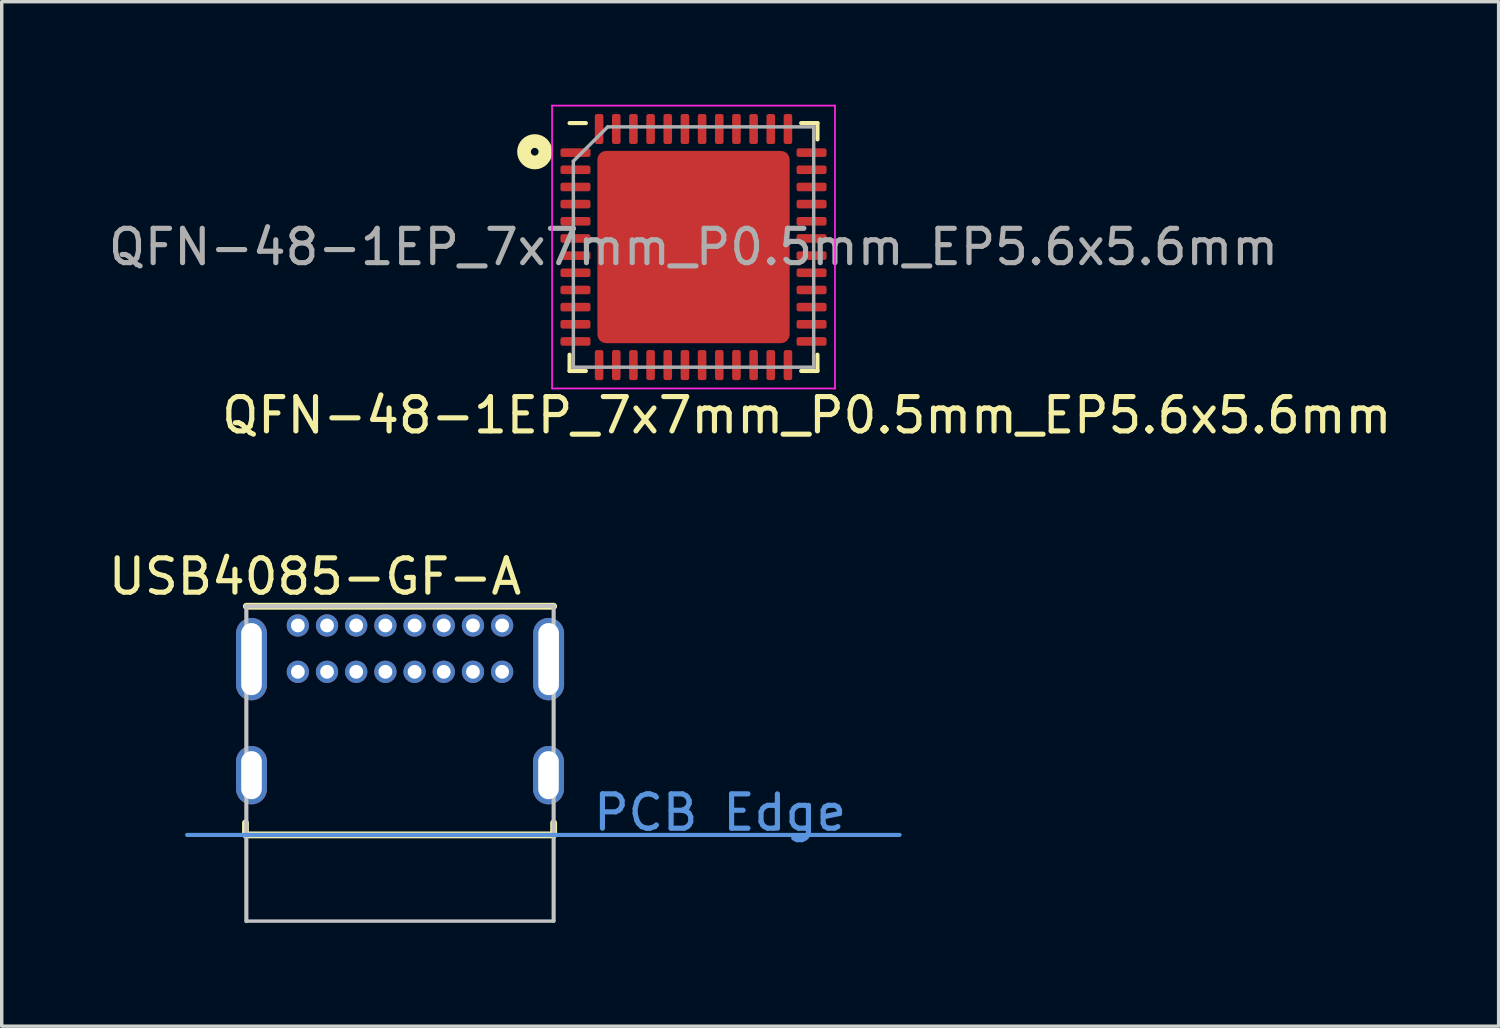
<source format=kicad_pcb>
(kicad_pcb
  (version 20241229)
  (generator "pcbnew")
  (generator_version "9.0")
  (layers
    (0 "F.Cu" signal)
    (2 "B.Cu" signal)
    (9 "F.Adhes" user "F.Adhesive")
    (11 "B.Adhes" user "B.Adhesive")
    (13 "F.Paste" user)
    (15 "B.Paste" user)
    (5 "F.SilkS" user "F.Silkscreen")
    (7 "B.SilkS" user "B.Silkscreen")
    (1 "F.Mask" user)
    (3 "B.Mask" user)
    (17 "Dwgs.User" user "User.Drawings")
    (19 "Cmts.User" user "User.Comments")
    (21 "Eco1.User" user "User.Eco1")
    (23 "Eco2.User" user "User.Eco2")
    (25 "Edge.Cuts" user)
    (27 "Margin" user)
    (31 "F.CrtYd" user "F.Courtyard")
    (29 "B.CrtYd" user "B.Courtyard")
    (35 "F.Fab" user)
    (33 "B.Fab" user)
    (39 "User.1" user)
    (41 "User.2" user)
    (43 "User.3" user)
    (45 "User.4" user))
  (footprint "QFN-48-1EP_7x7mm_P0.5mm_EP5.6x5.6mm"
    (layer "F.Cu")
    (at 17.149 4.145)
    (property "Reference" "QFN-48-1EP_7x7mm_P0.5mm_EP5.6x5.6mm" (at 3.3 4.9 0) (layer "F.SilkS") (effects (font (size 1 1) (thickness 0.15))))
    (attr smd)
    (fp_line (start -3.61 3.61) (end -3.61 3.135) (stroke (width 0.12) (type solid)) (layer "F.SilkS"))
    (fp_line (start -3.135 -3.61) (end -3.61 -3.61) (stroke (width 0.12) (type solid)) (layer "F.SilkS"))
    (fp_line (start -3.135 3.61) (end -3.61 3.61) (stroke (width 0.12) (type solid)) (layer "F.SilkS"))
    (fp_line (start 3.135 -3.61) (end 3.61 -3.61) (stroke (width 0.12) (type solid)) (layer "F.SilkS"))
    (fp_line (start 3.135 3.61) (end 3.61 3.61) (stroke (width 0.12) (type solid)) (layer "F.SilkS"))
    (fp_line (start 3.61 -3.61) (end 3.61 -3.135) (stroke (width 0.12) (type solid)) (layer "F.SilkS"))
    (fp_line (start 3.61 3.61) (end 3.61 3.135) (stroke (width 0.12) (type solid)) (layer "F.SilkS"))
    (fp_circle (center -4.625 -2.775) (end -4.513 -2.775) (stroke (width 0.4) (type solid)) (fill no) (layer "F.SilkS"))
    (fp_line (start -4.12 -4.12) (end -4.12 4.12) (stroke (width 0.05) (type solid)) (layer "F.CrtYd"))
    (fp_line (start -4.12 4.12) (end 4.12 4.12) (stroke (width 0.05) (type solid)) (layer "F.CrtYd"))
    (fp_line (start 4.12 -4.12) (end -4.12 -4.12) (stroke (width 0.05) (type solid)) (layer "F.CrtYd"))
    (fp_line (start 4.12 4.12) (end 4.12 -4.12) (stroke (width 0.05) (type solid)) (layer "F.CrtYd"))
    (fp_line (start -3.5 -2.5) (end -2.5 -3.5) (stroke (width 0.1) (type solid)) (layer "F.Fab"))
    (fp_line (start -3.5 3.5) (end -3.5 -2.5) (stroke (width 0.1) (type solid)) (layer "F.Fab"))
    (fp_line (start -2.5 -3.5) (end 3.5 -3.5) (stroke (width 0.1) (type solid)) (layer "F.Fab"))
    (fp_line (start 3.5 -3.5) (end 3.5 3.5) (stroke (width 0.1) (type solid)) (layer "F.Fab"))
    (fp_line (start 3.5 3.5) (end -3.5 3.5) (stroke (width 0.1) (type solid)) (layer "F.Fab"))
    (fp_text user "${REFERENCE}" (at 0 0 0) (layer "F.Fab") (effects (font (size 1 1) (thickness 0.15))))
    (pad "" smd roundrect (at -2.1 -2.1) (size 1.13 1.13) (layers "F.Paste") (roundrect_rratio 0.221))
    (pad "" smd roundrect (at -2.1 -0.7) (size 1.13 1.13) (layers "F.Paste") (roundrect_rratio 0.221))
    (pad "" smd roundrect (at -2.1 0.7) (size 1.13 1.13) (layers "F.Paste") (roundrect_rratio 0.221))
    (pad "" smd roundrect (at -2.1 2.1) (size 1.13 1.13) (layers "F.Paste") (roundrect_rratio 0.221))
    (pad "" smd roundrect (at -0.7 -2.1) (size 1.13 1.13) (layers "F.Paste") (roundrect_rratio 0.221))
    (pad "" smd roundrect (at -0.7 -0.7) (size 1.13 1.13) (layers "F.Paste") (roundrect_rratio 0.221))
    (pad "" smd roundrect (at -0.7 0.7) (size 1.13 1.13) (layers "F.Paste") (roundrect_rratio 0.221))
    (pad "" smd roundrect (at -0.7 2.1) (size 1.13 1.13) (layers "F.Paste") (roundrect_rratio 0.221))
    (pad "" smd roundrect (at 0.7 -2.1) (size 1.13 1.13) (layers "F.Paste") (roundrect_rratio 0.221))
    (pad "" smd roundrect (at 0.7 -0.7) (size 1.13 1.13) (layers "F.Paste") (roundrect_rratio 0.221))
    (pad "" smd roundrect (at 0.7 0.7) (size 1.13 1.13) (layers "F.Paste") (roundrect_rratio 0.221))
    (pad "" smd roundrect (at 0.7 2.1) (size 1.13 1.13) (layers "F.Paste") (roundrect_rratio 0.221))
    (pad "" smd roundrect (at 2.1 -2.1) (size 1.13 1.13) (layers "F.Paste") (roundrect_rratio 0.221))
    (pad "" smd roundrect (at 2.1 -0.7) (size 1.13 1.13) (layers "F.Paste") (roundrect_rratio 0.221))
    (pad "" smd roundrect (at 2.1 0.7) (size 1.13 1.13) (layers "F.Paste") (roundrect_rratio 0.221))
    (pad "" smd roundrect (at 2.1 2.1) (size 1.13 1.13) (layers "F.Paste") (roundrect_rratio 0.221))
    (pad "1" smd roundrect (at -3.438 -2.75) (size 0.875 0.25) (layers "F.Cu" "F.Mask" "F.Paste") (roundrect_rratio 0.25))
    (pad "2" smd roundrect (at -3.438 -2.25) (size 0.875 0.25) (layers "F.Cu" "F.Mask" "F.Paste") (roundrect_rratio 0.25))
    (pad "3" smd roundrect (at -3.438 -1.75) (size 0.875 0.25) (layers "F.Cu" "F.Mask" "F.Paste") (roundrect_rratio 0.25))
    (pad "4" smd roundrect (at -3.438 -1.25) (size 0.875 0.25) (layers "F.Cu" "F.Mask" "F.Paste") (roundrect_rratio 0.25))
    (pad "5" smd roundrect (at -3.438 -0.75) (size 0.875 0.25) (layers "F.Cu" "F.Mask" "F.Paste") (roundrect_rratio 0.25))
    (pad "6" smd roundrect (at -3.438 -0.25) (size 0.875 0.25) (layers "F.Cu" "F.Mask" "F.Paste") (roundrect_rratio 0.25))
    (pad "7" smd roundrect (at -3.438 0.25) (size 0.875 0.25) (layers "F.Cu" "F.Mask" "F.Paste") (roundrect_rratio 0.25))
    (pad "8" smd roundrect (at -3.438 0.75) (size 0.875 0.25) (layers "F.Cu" "F.Mask" "F.Paste") (roundrect_rratio 0.25))
    (pad "9" smd roundrect (at -3.438 1.25) (size 0.875 0.25) (layers "F.Cu" "F.Mask" "F.Paste") (roundrect_rratio 0.25))
    (pad "10" smd roundrect (at -3.438 1.75) (size 0.875 0.25) (layers "F.Cu" "F.Mask" "F.Paste") (roundrect_rratio 0.25))
    (pad "11" smd roundrect (at -3.438 2.25) (size 0.875 0.25) (layers "F.Cu" "F.Mask" "F.Paste") (roundrect_rratio 0.25))
    (pad "12" smd roundrect (at -3.438 2.75) (size 0.875 0.25) (layers "F.Cu" "F.Mask" "F.Paste") (roundrect_rratio 0.25))
    (pad "13" smd roundrect (at -2.75 3.438) (size 0.25 0.875) (layers "F.Cu" "F.Mask" "F.Paste") (roundrect_rratio 0.25))
    (pad "14" smd roundrect (at -2.25 3.438) (size 0.25 0.875) (layers "F.Cu" "F.Mask" "F.Paste") (roundrect_rratio 0.25))
    (pad "15" smd roundrect (at -1.75 3.438) (size 0.25 0.875) (layers "F.Cu" "F.Mask" "F.Paste") (roundrect_rratio 0.25))
    (pad "16" smd roundrect (at -1.25 3.438) (size 0.25 0.875) (layers "F.Cu" "F.Mask" "F.Paste") (roundrect_rratio 0.25))
    (pad "17" smd roundrect (at -0.75 3.438) (size 0.25 0.875) (layers "F.Cu" "F.Mask" "F.Paste") (roundrect_rratio 0.25))
    (pad "18" smd roundrect (at -0.25 3.438) (size 0.25 0.875) (layers "F.Cu" "F.Mask" "F.Paste") (roundrect_rratio 0.25))
    (pad "19" smd roundrect (at 0.25 3.438) (size 0.25 0.875) (layers "F.Cu" "F.Mask" "F.Paste") (roundrect_rratio 0.25))
    (pad "20" smd roundrect (at 0.75 3.438) (size 0.25 0.875) (layers "F.Cu" "F.Mask" "F.Paste") (roundrect_rratio 0.25))
    (pad "21" smd roundrect (at 1.25 3.438) (size 0.25 0.875) (layers "F.Cu" "F.Mask" "F.Paste") (roundrect_rratio 0.25))
    (pad "22" smd roundrect (at 1.75 3.438) (size 0.25 0.875) (layers "F.Cu" "F.Mask" "F.Paste") (roundrect_rratio 0.25))
    (pad "23" smd roundrect (at 2.25 3.438) (size 0.25 0.875) (layers "F.Cu" "F.Mask" "F.Paste") (roundrect_rratio 0.25))
    (pad "24" smd roundrect (at 2.75 3.438) (size 0.25 0.875) (layers "F.Cu" "F.Mask" "F.Paste") (roundrect_rratio 0.25))
    (pad "25" smd roundrect (at 3.438 2.75) (size 0.875 0.25) (layers "F.Cu" "F.Mask" "F.Paste") (roundrect_rratio 0.25))
    (pad "26" smd roundrect (at 3.438 2.25) (size 0.875 0.25) (layers "F.Cu" "F.Mask" "F.Paste") (roundrect_rratio 0.25))
    (pad "27" smd roundrect (at 3.438 1.75) (size 0.875 0.25) (layers "F.Cu" "F.Mask" "F.Paste") (roundrect_rratio 0.25))
    (pad "28" smd roundrect (at 3.438 1.25) (size 0.875 0.25) (layers "F.Cu" "F.Mask" "F.Paste") (roundrect_rratio 0.25))
    (pad "29" smd roundrect (at 3.438 0.75) (size 0.875 0.25) (layers "F.Cu" "F.Mask" "F.Paste") (roundrect_rratio 0.25))
    (pad "30" smd roundrect (at 3.438 0.25) (size 0.875 0.25) (layers "F.Cu" "F.Mask" "F.Paste") (roundrect_rratio 0.25))
    (pad "31" smd roundrect (at 3.438 -0.25) (size 0.875 0.25) (layers "F.Cu" "F.Mask" "F.Paste") (roundrect_rratio 0.25))
    (pad "32" smd roundrect (at 3.438 -0.75) (size 0.875 0.25) (layers "F.Cu" "F.Mask" "F.Paste") (roundrect_rratio 0.25))
    (pad "33" smd roundrect (at 3.438 -1.25) (size 0.875 0.25) (layers "F.Cu" "F.Mask" "F.Paste") (roundrect_rratio 0.25))
    (pad "34" smd roundrect (at 3.438 -1.75) (size 0.875 0.25) (layers "F.Cu" "F.Mask" "F.Paste") (roundrect_rratio 0.25))
    (pad "35" smd roundrect (at 3.438 -2.25) (size 0.875 0.25) (layers "F.Cu" "F.Mask" "F.Paste") (roundrect_rratio 0.25))
    (pad "36" smd roundrect (at 3.438 -2.75) (size 0.875 0.25) (layers "F.Cu" "F.Mask" "F.Paste") (roundrect_rratio 0.25))
    (pad "37" smd roundrect (at 2.75 -3.438) (size 0.25 0.875) (layers "F.Cu" "F.Mask" "F.Paste") (roundrect_rratio 0.25))
    (pad "38" smd roundrect (at 2.25 -3.438) (size 0.25 0.875) (layers "F.Cu" "F.Mask" "F.Paste") (roundrect_rratio 0.25))
    (pad "39" smd roundrect (at 1.75 -3.438) (size 0.25 0.875) (layers "F.Cu" "F.Mask" "F.Paste") (roundrect_rratio 0.25))
    (pad "40" smd roundrect (at 1.25 -3.438) (size 0.25 0.875) (layers "F.Cu" "F.Mask" "F.Paste") (roundrect_rratio 0.25))
    (pad "41" smd roundrect (at 0.75 -3.438) (size 0.25 0.875) (layers "F.Cu" "F.Mask" "F.Paste") (roundrect_rratio 0.25))
    (pad "42" smd roundrect (at 0.25 -3.438) (size 0.25 0.875) (layers "F.Cu" "F.Mask" "F.Paste") (roundrect_rratio 0.25))
    (pad "43" smd roundrect (at -0.25 -3.438) (size 0.25 0.875) (layers "F.Cu" "F.Mask" "F.Paste") (roundrect_rratio 0.25))
    (pad "44" smd roundrect (at -0.75 -3.438) (size 0.25 0.875) (layers "F.Cu" "F.Mask" "F.Paste") (roundrect_rratio 0.25))
    (pad "45" smd roundrect (at -1.25 -3.438) (size 0.25 0.875) (layers "F.Cu" "F.Mask" "F.Paste") (roundrect_rratio 0.25))
    (pad "46" smd roundrect (at -1.75 -3.438) (size 0.25 0.875) (layers "F.Cu" "F.Mask" "F.Paste") (roundrect_rratio 0.25))
    (pad "47" smd roundrect (at -2.25 -3.438) (size 0.25 0.875) (layers "F.Cu" "F.Mask" "F.Paste") (roundrect_rratio 0.25))
    (pad "48" smd roundrect (at -2.75 -3.438) (size 0.25 0.875) (layers "F.Cu" "F.Mask" "F.Paste") (roundrect_rratio 0.25))
    (pad "49" smd roundrect (at 0 0) (size 5.6 5.6) (layers "F.Cu" "F.Mask") (roundrect_rratio 0.045)))
  (footprint "USB4085-GF-A"
    (layer "F.Cu")
    (at 8.6 19.192)
    (property "Reference" "USB4085-GF-A" (at -2.475 -5.45 0) (layer "F.SilkS") (effects (font (size 1 1) (thickness 0.15))))
    (attr through_hole)
    (fp_line (start -4.5 2.075) (end -4.5 1.725) (stroke (width 0.2) (type solid)) (layer "F.SilkS"))
    (fp_line (start -4.475 -4.585) (end 4.475 -4.585) (stroke (width 0.2) (type solid)) (layer "F.SilkS"))
    (fp_line (start -4.475 2.075) (end 4.475 2.075) (stroke (width 0.2) (type solid)) (layer "F.SilkS"))
    (fp_line (start 4.475 2.075) (end 4.475 1.725) (stroke (width 0.2) (type solid)) (layer "F.SilkS"))
    (fp_line (start -4.475 4.585) (end -4.475 -4.585) (stroke (width 0.12) (type solid)) (layer "Dwgs.User"))
    (fp_line (start -4.475 4.585) (end 4.475 4.585) (stroke (width 0.1) (type solid)) (layer "Dwgs.User"))
    (fp_line (start 4.475 -4.595) (end -4.475 -4.585) (stroke (width 0.12) (type solid)) (layer "Dwgs.User"))
    (fp_line (start 4.475 4.575) (end 4.475 -4.595) (stroke (width 0.12) (type solid)) (layer "Dwgs.User"))
    (fp_line (start -6.2 2.075) (end 14.55 2.075) (stroke (width 0.12) (type solid)) (layer "Cmts.User"))
    (fp_text user "PCB Edge" (at 9.325 1.425 0) (layer "Cmts.User") (effects (font (size 1 1) (thickness 0.15))))
    (pad "A1" thru_hole circle (at -2.975 -4.025) (size 0.65 0.65) (drill 0.4) (layers "*.Cu" "*.Mask"))
    (pad "A4" thru_hole circle (at -2.125 -4.025) (size 0.65 0.65) (drill 0.4) (layers "*.Cu" "*.Mask"))
    (pad "A5" thru_hole circle (at -1.275 -4.025) (size 0.65 0.65) (drill 0.4) (layers "*.Cu" "*.Mask"))
    (pad "A6" thru_hole circle (at -0.425 -4.025) (size 0.65 0.65) (drill 0.4) (layers "*.Cu" "*.Mask"))
    (pad "A7" thru_hole circle (at 0.425 -4.025) (size 0.65 0.65) (drill 0.4) (layers "*.Cu" "*.Mask"))
    (pad "A8" thru_hole circle (at 1.275 -4.025) (size 0.65 0.65) (drill 0.4) (layers "*.Cu" "*.Mask"))
    (pad "A9" thru_hole circle (at 2.125 -4.025) (size 0.65 0.65) (drill 0.4) (layers "*.Cu" "*.Mask"))
    (pad "A12" thru_hole circle (at 2.975 -4.025) (size 0.65 0.65) (drill 0.4) (layers "*.Cu" "*.Mask"))
    (pad "B1" thru_hole circle (at 2.975 -2.675) (size 0.65 0.65) (drill 0.4) (layers "*.Cu" "*.Mask"))
    (pad "B4" thru_hole circle (at 2.125 -2.675) (size 0.65 0.65) (drill 0.4) (layers "*.Cu" "*.Mask"))
    (pad "B5" thru_hole circle (at 1.275 -2.675) (size 0.65 0.65) (drill 0.4) (layers "*.Cu" "*.Mask"))
    (pad "B6" thru_hole circle (at 0.425 -2.675) (size 0.65 0.65) (drill 0.4) (layers "*.Cu" "*.Mask"))
    (pad "B7" thru_hole circle (at -0.425 -2.675) (size 0.65 0.65) (drill 0.4) (layers "*.Cu" "*.Mask"))
    (pad "B8" thru_hole circle (at -1.275 -2.675) (size 0.65 0.65) (drill 0.4) (layers "*.Cu" "*.Mask"))
    (pad "B9" thru_hole circle (at -2.125 -2.675) (size 0.65 0.65) (drill 0.4) (layers "*.Cu" "*.Mask"))
    (pad "B12" thru_hole circle (at -2.975 -2.675) (size 0.65 0.65) (drill 0.4) (layers "*.Cu" "*.Mask"))
    (pad "P1" thru_hole oval (at -4.325 -3.045) (size 0.9 2.4) (drill oval 0.6 2.1) (layers "*.Cu" "*.Mask"))
    (pad "P2" thru_hole oval (at 4.329 -3.045) (size 0.9 2.4) (drill oval 0.6 2.1) (layers "*.Cu" "*.Mask"))
    (pad "P3" thru_hole oval (at 4.325 0.335) (size 0.9 1.7) (drill oval 0.6 1.4) (layers "*.Cu" "*.Mask"))
    (pad "P4" thru_hole oval (at -4.325 0.335) (size 0.9 1.7) (drill oval 0.6 1.4) (layers "*.Cu" "*.Mask")))
  (gr_rect
    (start -3 -3)
    (end 40.598 26.837)
    (stroke (width 0.1) (type default))
    (fill no)
    (layer "Edge.Cuts")))
</source>
